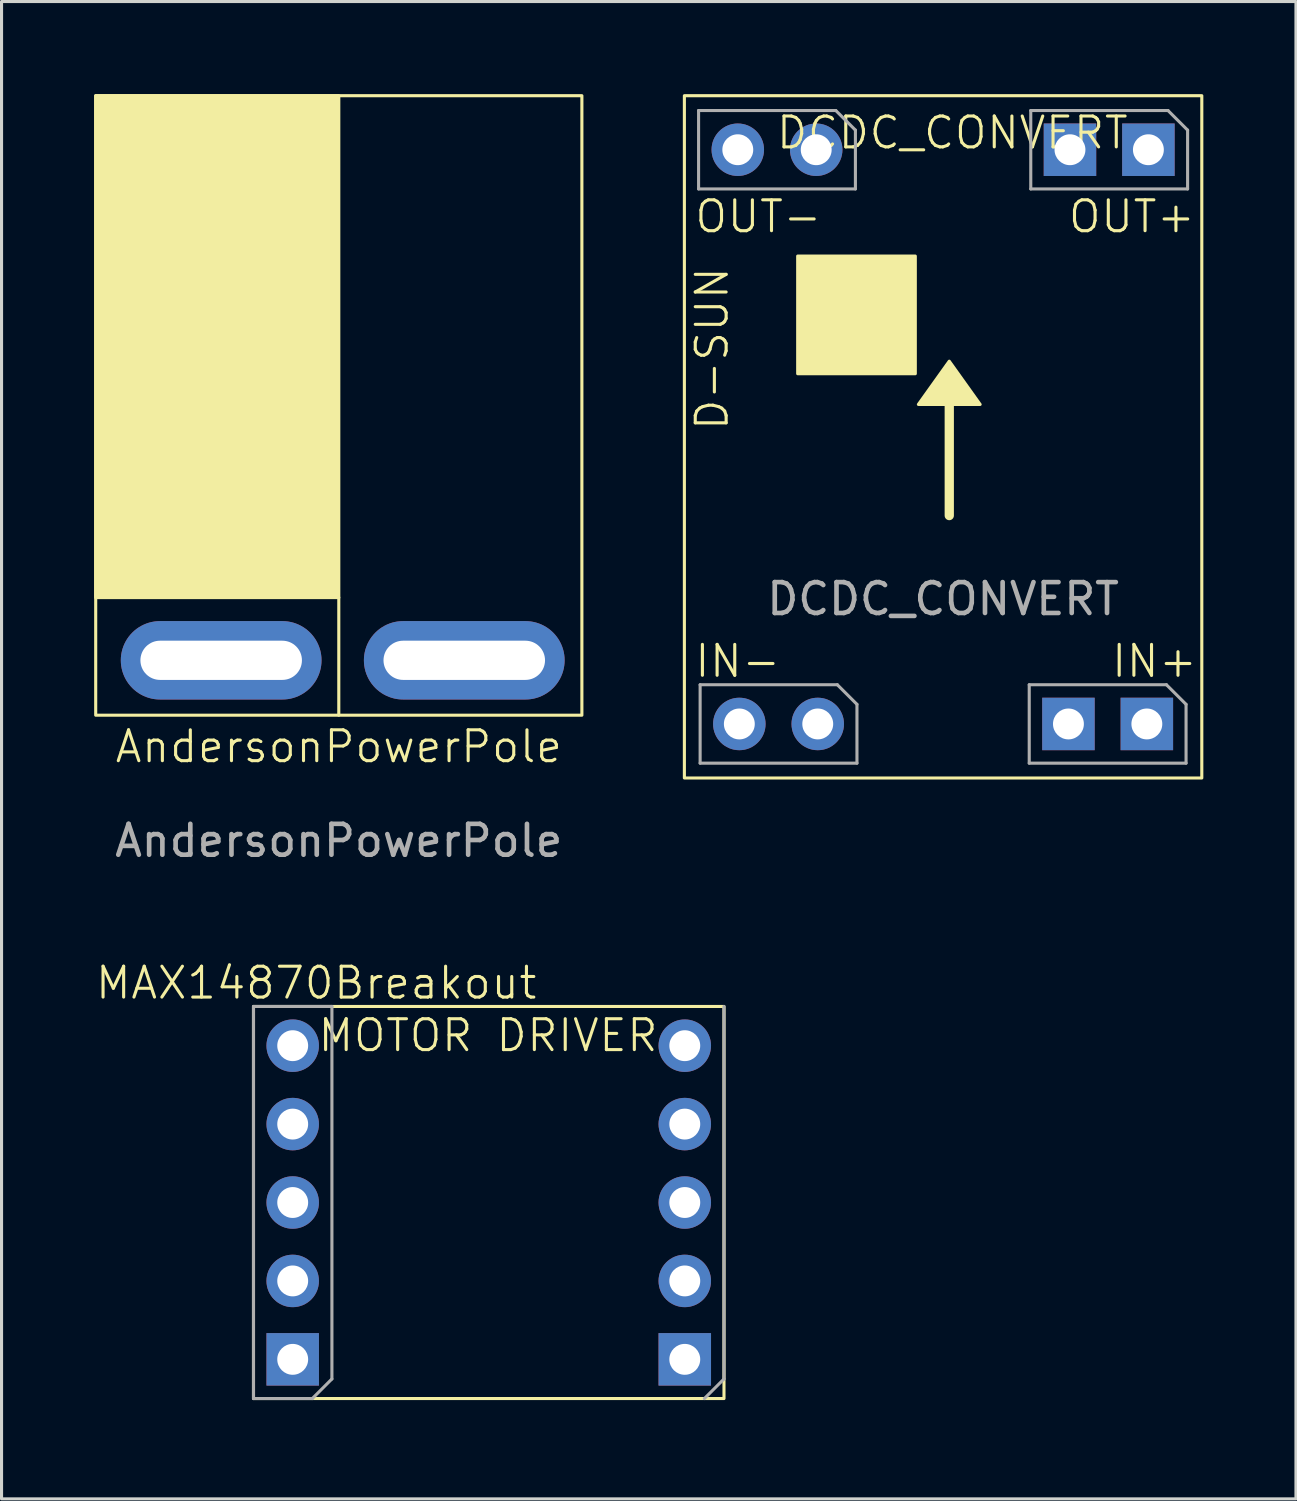
<source format=kicad_pcb>
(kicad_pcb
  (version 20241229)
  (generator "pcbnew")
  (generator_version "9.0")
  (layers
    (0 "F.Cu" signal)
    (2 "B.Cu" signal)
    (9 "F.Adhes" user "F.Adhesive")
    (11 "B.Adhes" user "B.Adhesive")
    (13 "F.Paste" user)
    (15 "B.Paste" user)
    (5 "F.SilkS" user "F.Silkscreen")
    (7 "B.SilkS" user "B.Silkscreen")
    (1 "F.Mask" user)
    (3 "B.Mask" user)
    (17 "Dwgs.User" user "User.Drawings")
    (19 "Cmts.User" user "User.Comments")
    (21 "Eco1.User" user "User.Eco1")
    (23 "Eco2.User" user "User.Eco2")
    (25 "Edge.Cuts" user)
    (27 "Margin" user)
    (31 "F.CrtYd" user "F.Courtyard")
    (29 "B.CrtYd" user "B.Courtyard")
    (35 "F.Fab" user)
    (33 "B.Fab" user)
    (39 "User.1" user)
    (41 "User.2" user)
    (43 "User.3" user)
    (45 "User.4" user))
  (footprint "DCDC_CONVERT"
    (layer "F.Cu")
    (at 19.098 22.15)
    (property "Reference" "DCDC_CONVERT" (at 8.7 -20.9 0) (unlocked yes) (layer "F.SilkS") (effects (font (size 1 1) (thickness 0.1))))
    (attr through_hole)
    (fp_line (start 8.6 -8.5) (end 8.6 -13.3) (stroke (width 0.3) (type solid)) (layer "F.SilkS"))
    (fp_rect (start 0.02 0) (end 16.78 -22.1) (stroke (width 0.1) (type solid)) (fill no) (layer "F.SilkS"))
    (fp_rect (start 3.69 -16.905) (end 7.5 -13.095) (stroke (width 0.1) (type solid)) (fill yes) (layer "F.SilkS"))
    (fp_poly (pts (xy 8.6 -13.5) (xy 7.6 -12.1) (xy 9.6 -12.1)) (stroke (width 0.1) (type solid)) (fill yes) (layer "F.SilkS"))
    (fp_line (start 0.48 -21.62) (end 4.925 -21.62) (stroke (width 0.1) (type solid)) (layer "F.Fab"))
    (fp_line (start 0.48 -19.08) (end 0.48 -21.62) (stroke (width 0.1) (type solid)) (layer "F.Fab"))
    (fp_line (start 0.53 -3.02) (end 4.975 -3.02) (stroke (width 0.1) (type solid)) (layer "F.Fab"))
    (fp_line (start 0.53 -0.48) (end 0.53 -3.02) (stroke (width 0.1) (type solid)) (layer "F.Fab"))
    (fp_line (start 4.925 -21.62) (end 5.56 -20.985) (stroke (width 0.1) (type solid)) (layer "F.Fab"))
    (fp_line (start 4.975 -3.02) (end 5.61 -2.385) (stroke (width 0.1) (type solid)) (layer "F.Fab"))
    (fp_line (start 5.56 -20.985) (end 5.56 -19.08) (stroke (width 0.1) (type solid)) (layer "F.Fab"))
    (fp_line (start 5.56 -19.08) (end 0.48 -19.08) (stroke (width 0.1) (type solid)) (layer "F.Fab"))
    (fp_line (start 5.61 -2.385) (end 5.61 -0.48) (stroke (width 0.1) (type solid)) (layer "F.Fab"))
    (fp_line (start 5.61 -0.48) (end 0.53 -0.48) (stroke (width 0.1) (type solid)) (layer "F.Fab"))
    (fp_line (start 11.19 -3.02) (end 15.635 -3.02) (stroke (width 0.1) (type solid)) (layer "F.Fab"))
    (fp_line (start 11.19 -0.48) (end 11.19 -3.02) (stroke (width 0.1) (type solid)) (layer "F.Fab"))
    (fp_line (start 11.24 -21.62) (end 15.685 -21.62) (stroke (width 0.1) (type solid)) (layer "F.Fab"))
    (fp_line (start 11.24 -19.08) (end 11.24 -21.62) (stroke (width 0.1) (type solid)) (layer "F.Fab"))
    (fp_line (start 15.635 -3.02) (end 16.27 -2.385) (stroke (width 0.1) (type solid)) (layer "F.Fab"))
    (fp_line (start 15.685 -21.62) (end 16.32 -20.985) (stroke (width 0.1) (type solid)) (layer "F.Fab"))
    (fp_line (start 16.27 -2.385) (end 16.27 -0.48) (stroke (width 0.1) (type solid)) (layer "F.Fab"))
    (fp_line (start 16.27 -0.48) (end 11.19 -0.48) (stroke (width 0.1) (type solid)) (layer "F.Fab"))
    (fp_line (start 16.32 -20.985) (end 16.32 -19.08) (stroke (width 0.1) (type solid)) (layer "F.Fab"))
    (fp_line (start 16.32 -19.08) (end 11.24 -19.08) (stroke (width 0.1) (type solid)) (layer "F.Fab"))
    (fp_text user "IN+" (at 13.8 -3.2 0) (unlocked yes) (layer "F.SilkS") (effects (font (size 1 1) (thickness 0.1)) (justify left bottom)))
    (fp_text user "OUT-" (at 0.3 -17.6 0) (unlocked yes) (layer "F.SilkS") (effects (font (size 1 1) (thickness 0.1)) (justify left bottom)))
    (fp_text user "OUT+" (at 12.4 -17.6 0) (unlocked yes) (layer "F.SilkS") (effects (font (size 1 1) (thickness 0.1)) (justify left bottom)))
    (fp_text user "D-SUN" (at 1.5 -11.2 90) (unlocked yes) (layer "F.SilkS") (effects (font (size 1 1) (thickness 0.1)) (justify left bottom)))
    (fp_text user "IN-" (at 0.3 -3.2 0) (unlocked yes) (layer "F.SilkS") (effects (font (size 1 1) (thickness 0.1)) (justify left bottom)))
    (fp_text user "${REFERENCE}" (at 8.4 -5.8 0) (unlocked yes) (layer "F.Fab") (effects (font (size 1 1) (thickness 0.15))))
    (pad "1" thru_hole oval (at 1.75 -20.35 270) (size 1.7 1.7) (drill 1) (layers "*.Cu" "*.Mask"))
    (pad "1" thru_hole circle (at 4.29 -20.35 270) (size 1.7 1.7) (drill 1) (layers "*.Cu" "*.Mask"))
    (pad "2" thru_hole oval (at 1.8 -1.75 270) (size 1.7 1.7) (drill 1) (layers "*.Cu" "*.Mask"))
    (pad "2" thru_hole circle (at 4.34 -1.75 270) (size 1.7 1.7) (drill 1) (layers "*.Cu" "*.Mask"))
    (pad "3" thru_hole rect (at 12.46 -1.75 270) (size 1.7 1.7) (drill 1) (layers "*.Cu" "*.Mask"))
    (pad "3" thru_hole rect (at 15 -1.75 270) (size 1.7 1.7) (drill 1) (layers "*.Cu" "*.Mask"))
    (pad "4" thru_hole rect (at 12.51 -20.35 270) (size 1.7 1.7) (drill 1) (layers "*.Cu" "*.Mask"))
    (pad "4" thru_hole rect (at 15.05 -20.35 270) (size 1.7 1.7) (drill 1) (layers "*.Cu" "*.Mask")))
  (footprint "AndersonPowerPole"
    (layer "F.Cu")
    (at 4.114 18.338)
    (property "Reference" "AndersonPowerPole" (at 3.81 2.794 0) (unlocked yes) (layer "F.SilkS") (effects (font (size 1 1) (thickness 0.1))))
    (attr through_hole)
    (fp_line (start 3.81 -2.032) (end 3.81 1.778) (stroke (width 0.1) (type solid)) (layer "F.SilkS"))
    (fp_rect (start -4.064 -18.288) (end 3.81 -2.032) (stroke (width 0.1) (type solid)) (fill yes) (layer "F.SilkS"))
    (fp_rect (start -4.064 -18.288) (end 11.684 1.778) (stroke (width 0.1) (type default)) (fill no) (layer "F.SilkS"))
    (fp_text user "${REFERENCE}" (at 3.81 5.842 0) (unlocked yes) (layer "F.Fab") (effects (font (size 1 1) (thickness 0.15))))
    (pad "1" thru_hole oval (at 0 0 180) (size 6.502 2.54) (drill oval 5.232 1.27) (layers "*.Cu" "*.Mask"))
    (pad "2" thru_hole oval (at 7.874 0 180) (size 6.502 2.54) (drill oval 5.232 1.27) (layers "*.Cu" "*.Mask")))
  (footprint "MAX14870Breakout"
    (layer "F.Cu")
    (at 5.161 42.251)
    (property "Reference" "MAX14870Breakout" (at 2.032 -13.462 0) (unlocked yes) (layer "F.SilkS") (effects (font (size 1 1) (thickness 0.1))))
    (attr through_hole)
    (fp_rect (start 0 0) (end 15.24 -12.7) (stroke (width 0.1) (type default)) (fill no) (layer "F.SilkS"))
    (fp_line (start 0 -12.7) (end 2.54 -12.7) (stroke (width 0.1) (type solid)) (layer "F.Fab"))
    (fp_line (start 0 0) (end 0 -12.7) (stroke (width 0.1) (type solid)) (layer "F.Fab"))
    (fp_line (start 1.905 0) (end 0 0) (stroke (width 0.1) (type solid)) (layer "F.Fab"))
    (fp_line (start 2.54 -12.7) (end 2.54 -0.635) (stroke (width 0.1) (type solid)) (layer "F.Fab"))
    (fp_line (start 2.54 -0.635) (end 1.905 0) (stroke (width 0.1) (type solid)) (layer "F.Fab"))
    (fp_line (start 15.24 -12.7) (end 15.24 -0.635) (stroke (width 0.1) (type solid)) (layer "F.Fab"))
    (fp_line (start 15.24 -0.635) (end 14.605 0) (stroke (width 0.1) (type solid)) (layer "F.Fab"))
    (fp_text user "MOTOR DRIVER" (at 2.032 -11.176 0) (unlocked yes) (layer "F.SilkS") (effects (font (size 1 1) (thickness 0.1)) (justify left bottom)))
    (pad "1" thru_hole oval (at 1.27 -11.43 180) (size 1.7 1.7) (drill 1) (layers "*.Cu" "*.Mask"))
    (pad "2" thru_hole oval (at 1.27 -8.89 180) (size 1.7 1.7) (drill 1) (layers "*.Cu" "*.Mask"))
    (pad "3" thru_hole oval (at 1.27 -6.35 180) (size 1.7 1.7) (drill 1) (layers "*.Cu" "*.Mask"))
    (pad "4" thru_hole oval (at 1.27 -3.81 180) (size 1.7 1.7) (drill 1) (layers "*.Cu" "*.Mask"))
    (pad "5" thru_hole rect (at 1.27 -1.27 180) (size 1.7 1.7) (drill 1) (layers "*.Cu" "*.Mask"))
    (pad "6" thru_hole rect (at 13.97 -1.27 180) (size 1.7 1.7) (drill 1) (layers "*.Cu" "*.Mask"))
    (pad "7" thru_hole oval (at 13.97 -3.81 180) (size 1.7 1.7) (drill 1) (layers "*.Cu" "*.Mask"))
    (pad "8" thru_hole oval (at 13.97 -6.35 180) (size 1.7 1.7) (drill 1) (layers "*.Cu" "*.Mask"))
    (pad "9" thru_hole oval (at 13.97 -8.89 180) (size 1.7 1.7) (drill 1) (layers "*.Cu" "*.Mask"))
    (pad "10" thru_hole oval (at 13.97 -11.43 180) (size 1.7 1.7) (drill 1) (layers "*.Cu" "*.Mask")))
  (gr_rect
    (start -3 -3)
    (end 38.928 45.501)
    (stroke (width 0.1) (type default))
    (fill no)
    (layer "Edge.Cuts")))
</source>
